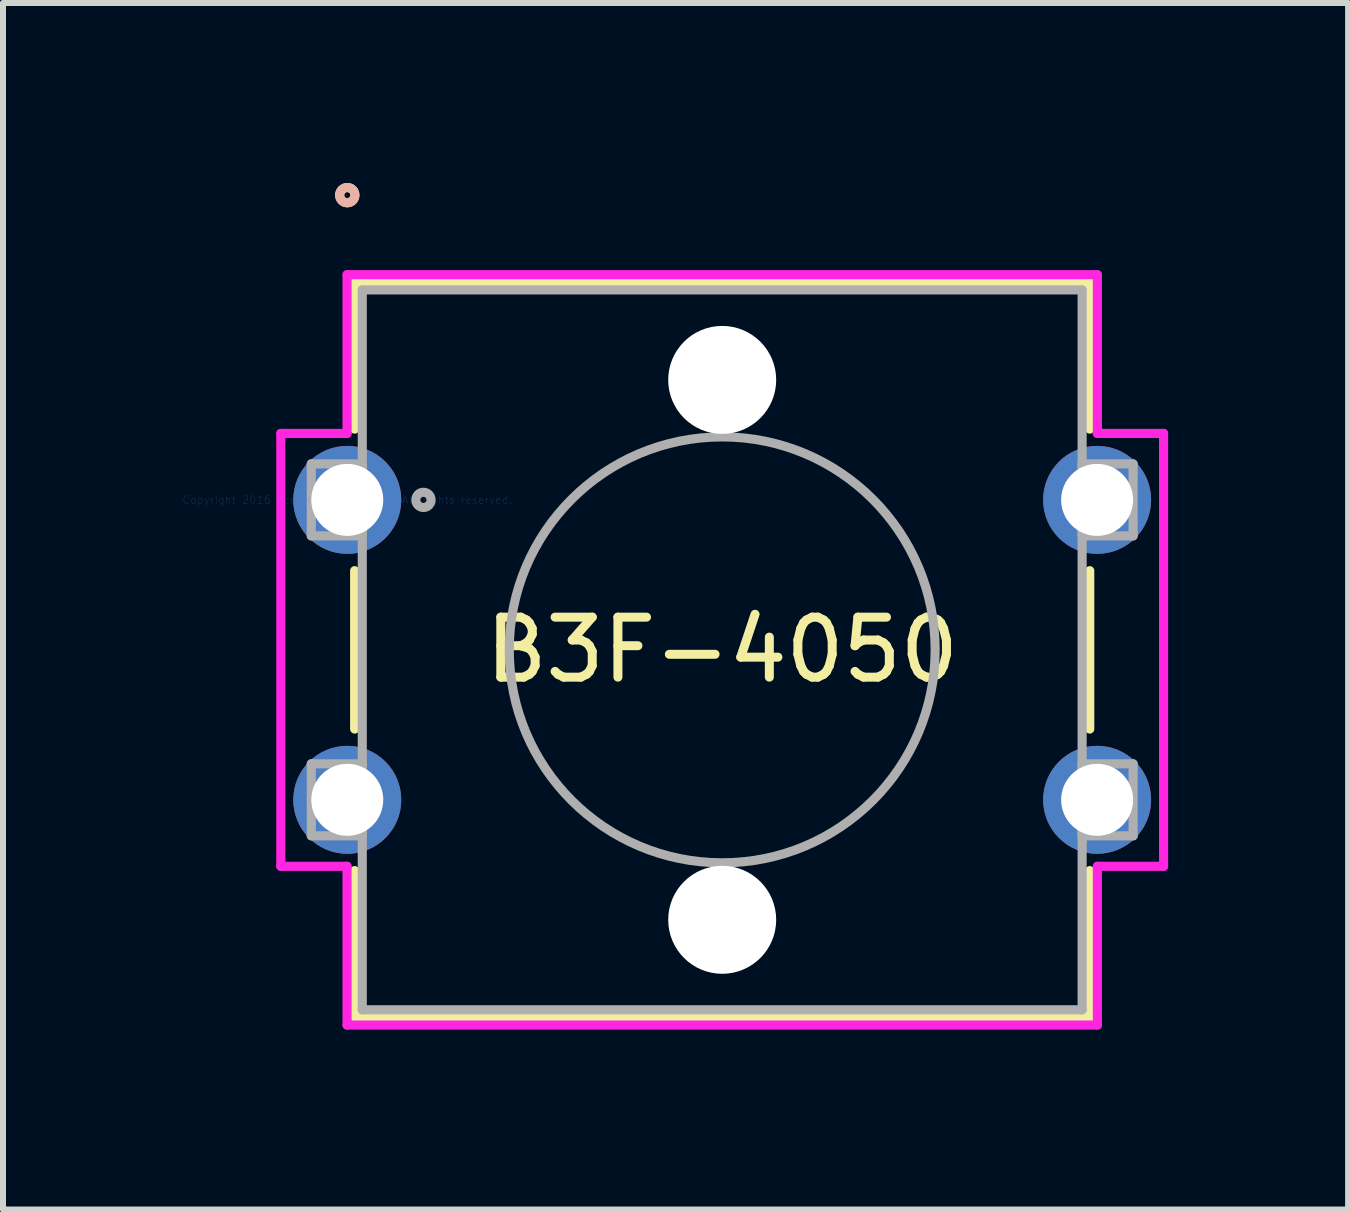
<source format=kicad_pcb>
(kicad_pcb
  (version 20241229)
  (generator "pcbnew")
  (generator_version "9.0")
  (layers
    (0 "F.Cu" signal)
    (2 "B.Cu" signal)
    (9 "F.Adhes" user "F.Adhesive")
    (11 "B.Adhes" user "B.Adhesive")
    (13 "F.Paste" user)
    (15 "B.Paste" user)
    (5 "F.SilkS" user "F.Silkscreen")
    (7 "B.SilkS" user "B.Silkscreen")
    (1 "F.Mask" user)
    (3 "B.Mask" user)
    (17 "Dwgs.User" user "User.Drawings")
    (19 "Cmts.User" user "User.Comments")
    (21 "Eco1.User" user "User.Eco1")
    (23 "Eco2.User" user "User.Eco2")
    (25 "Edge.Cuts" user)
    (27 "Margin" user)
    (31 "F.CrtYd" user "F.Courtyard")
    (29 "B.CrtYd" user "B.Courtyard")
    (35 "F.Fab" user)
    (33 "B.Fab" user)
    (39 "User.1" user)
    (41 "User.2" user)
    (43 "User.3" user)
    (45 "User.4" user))
  (footprint "B3F-4050"
    (layer "F.Cu")
    (at 2.739 5.283)
    (property "Reference" "B3F-4050" (at 6.25 2.5 0) (layer "F.SilkS") (effects (font (size 1 1) (thickness 0.15))))
    (attr through_hole)
    (fp_line (start 0.123 -3.627) (end 0.123 -1.18) (stroke (width 0.152) (type solid)) (layer "F.SilkS"))
    (fp_line (start 0.123 1.18) (end 0.123 3.82) (stroke (width 0.152) (type solid)) (layer "F.SilkS"))
    (fp_line (start 0.123 6.18) (end 0.123 8.627) (stroke (width 0.152) (type solid)) (layer "F.SilkS"))
    (fp_line (start 0.123 8.627) (end 12.377 8.627) (stroke (width 0.152) (type solid)) (layer "F.SilkS"))
    (fp_line (start 12.377 -3.627) (end 0.123 -3.627) (stroke (width 0.152) (type solid)) (layer "F.SilkS"))
    (fp_line (start 12.377 -1.18) (end 12.377 -3.627) (stroke (width 0.152) (type solid)) (layer "F.SilkS"))
    (fp_line (start 12.377 3.82) (end 12.377 1.18) (stroke (width 0.152) (type solid)) (layer "F.SilkS"))
    (fp_line (start 12.377 8.627) (end 12.377 6.18) (stroke (width 0.152) (type solid)) (layer "F.SilkS"))
    (fp_circle (center 0 -5.08) (end 0.127 -5.08) (stroke (width 0.152) (type solid)) (fill no) (layer "F.SilkS"))
    (fp_circle (center 0 -5.08) (end 0.127 -5.08) (stroke (width 0.152) (type solid)) (fill no) (layer "B.SilkS"))
    (fp_line (start -1.108 -1.108) (end -0.004 -1.108) (stroke (width 0.152) (type solid)) (layer "F.CrtYd"))
    (fp_line (start -1.108 6.108) (end -1.108 -1.108) (stroke (width 0.152) (type solid)) (layer "F.CrtYd"))
    (fp_line (start -0.004 -3.754) (end 12.504 -3.754) (stroke (width 0.152) (type solid)) (layer "F.CrtYd"))
    (fp_line (start -0.004 -1.108) (end -0.004 -3.754) (stroke (width 0.152) (type solid)) (layer "F.CrtYd"))
    (fp_line (start -0.004 6.108) (end -1.108 6.108) (stroke (width 0.152) (type solid)) (layer "F.CrtYd"))
    (fp_line (start -0.004 8.754) (end -0.004 6.108) (stroke (width 0.152) (type solid)) (layer "F.CrtYd"))
    (fp_line (start 12.504 -3.754) (end 12.504 -1.108) (stroke (width 0.152) (type solid)) (layer "F.CrtYd"))
    (fp_line (start 12.504 -1.108) (end 13.608 -1.108) (stroke (width 0.152) (type solid)) (layer "F.CrtYd"))
    (fp_line (start 12.504 6.108) (end 12.504 8.754) (stroke (width 0.152) (type solid)) (layer "F.CrtYd"))
    (fp_line (start 12.504 8.754) (end -0.004 8.754) (stroke (width 0.152) (type solid)) (layer "F.CrtYd"))
    (fp_line (start 13.608 -1.108) (end 13.608 6.108) (stroke (width 0.152) (type solid)) (layer "F.CrtYd"))
    (fp_line (start 13.608 6.108) (end 12.504 6.108) (stroke (width 0.152) (type solid)) (layer "F.CrtYd"))
    (fp_line (start -0.6 -0.6) (end -0.6 0.6) (stroke (width 0.152) (type solid)) (layer "F.Fab"))
    (fp_line (start -0.6 0.6) (end 0.25 0.6) (stroke (width 0.152) (type solid)) (layer "F.Fab"))
    (fp_line (start -0.6 4.4) (end -0.6 5.6) (stroke (width 0.152) (type solid)) (layer "F.Fab"))
    (fp_line (start -0.6 5.6) (end 0.25 5.6) (stroke (width 0.152) (type solid)) (layer "F.Fab"))
    (fp_line (start 0.25 -0.6) (end -0.6 -0.6) (stroke (width 0.152) (type solid)) (layer "F.Fab"))
    (fp_line (start 0.25 0.6) (end 0.25 -0.6) (stroke (width 0.152) (type solid)) (layer "F.Fab"))
    (fp_line (start 0.25 4.4) (end -0.6 4.4) (stroke (width 0.152) (type solid)) (layer "F.Fab"))
    (fp_line (start 0.25 5.6) (end 0.25 4.4) (stroke (width 0.152) (type solid)) (layer "F.Fab"))
    (fp_line (start 0.25 -3.5) (end 0.25 8.5) (stroke (width 0.152) (type solid)) (layer "F.Fab"))
    (fp_line (start 0.25 8.5) (end 12.25 8.5) (stroke (width 0.152) (type solid)) (layer "F.Fab"))
    (fp_line (start 12.25 -3.5) (end 0.25 -3.5) (stroke (width 0.152) (type solid)) (layer "F.Fab"))
    (fp_line (start 12.25 8.5) (end 12.25 -3.5) (stroke (width 0.152) (type solid)) (layer "F.Fab"))
    (fp_line (start 12.25 -0.6) (end 12.25 0.6) (stroke (width 0.152) (type solid)) (layer "F.Fab"))
    (fp_line (start 12.25 0.6) (end 13.1 0.6) (stroke (width 0.152) (type solid)) (layer "F.Fab"))
    (fp_line (start 12.25 4.4) (end 12.25 5.6) (stroke (width 0.152) (type solid)) (layer "F.Fab"))
    (fp_line (start 12.25 5.6) (end 13.1 5.6) (stroke (width 0.152) (type solid)) (layer "F.Fab"))
    (fp_line (start 13.1 -0.6) (end 12.25 -0.6) (stroke (width 0.152) (type solid)) (layer "F.Fab"))
    (fp_line (start 13.1 0.6) (end 13.1 -0.6) (stroke (width 0.152) (type solid)) (layer "F.Fab"))
    (fp_line (start 13.1 4.4) (end 12.25 4.4) (stroke (width 0.152) (type solid)) (layer "F.Fab"))
    (fp_line (start 13.1 5.6) (end 13.1 4.4) (stroke (width 0.152) (type solid)) (layer "F.Fab"))
    (fp_circle (center 1.27 0) (end 1.397 0) (stroke (width 0.152) (type solid)) (fill no) (layer "F.Fab"))
    (fp_circle (center 6.25 2.5) (end 9.8 2.5) (stroke (width 0.152) (type solid)) (fill no) (layer "F.Fab"))
    (fp_text user "*" (at 0 0 0) (layer "F.SilkS") (effects (font (size 1 1) (thickness 0.15))))
    (fp_text user "Copyright 2016 Accelerated Designs. All rights reserved." (at 0 0 0) (layer "Cmts.User") (effects (font (size 0.127 0.127) (thickness 0.002))))
    (fp_text user "*" (at 0 0 0) (layer "F.Fab") (effects (font (size 1 1) (thickness 0.15))))
    (pad "" np_thru_hole circle (at 6.25 -2) (size 1.8 1.8) (drill 1.8) (layers "*.Cu" "*.Mask"))
    (pad "" np_thru_hole circle (at 6.25 7) (size 1.8 1.8) (drill 1.8) (layers "*.Cu" "*.Mask"))
    (pad "1" thru_hole circle (at 0 0) (size 1.8 1.8) (drill 1.2) (layers "*.Cu" "*.Mask"))
    (pad "2" thru_hole circle (at 12.5 0) (size 1.8 1.8) (drill 1.2) (layers "*.Cu" "*.Mask"))
    (pad "3" thru_hole circle (at 0 5) (size 1.8 1.8) (drill 1.2) (layers "*.Cu" "*.Mask"))
    (pad "4" thru_hole circle (at 12.5 5) (size 1.8 1.8) (drill 1.2) (layers "*.Cu" "*.Mask")))
  (gr_rect
    (start -3 -3)
    (end 19.423 17.113)
    (stroke (width 0.1) (type default))
    (fill no)
    (layer "Edge.Cuts")))
</source>
